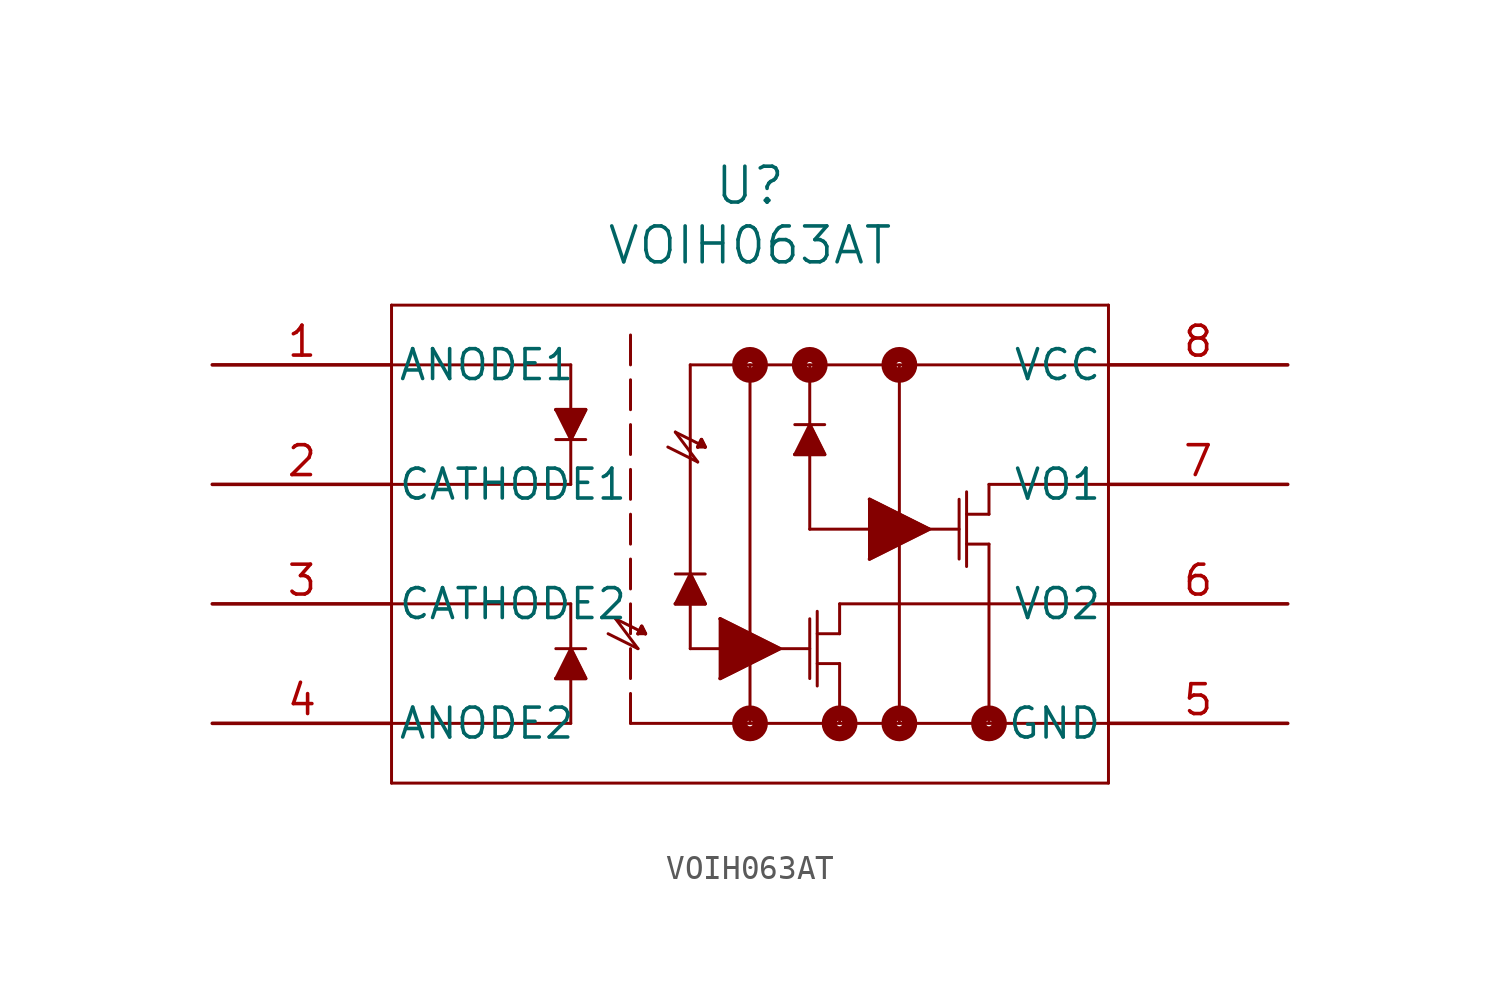
<source format=kicad_sym>
(kicad_symbol_lib
  (version 20211014)
  (generator kicad_symbol_editor)
  (symbol "VOIH063AT"
    (pin_names
      (offset 0.254))
    (property "Reference" "U"
      (at 22.86 7.62 0)
      (effects (font (size 1.524 1.524))))
    (property "Value" "VOIH063AT"
      (at 22.86 5.08 0)
      (effects (font (size 1.524 1.524))))
    (symbol "VOIH063AT_0_1"
      (polyline (pts (xy 7.62 2.54) (xy 7.62 -17.78)) (stroke (width 0.127) (type default) (color 0 0 0 0)) (fill (type none)))
      (polyline (pts (xy 7.62 -17.78) (xy 38.1 -17.78)) (stroke (width 0.127) (type default) (color 0 0 0 0)) (fill (type none)))
      (polyline (pts (xy 38.1 -17.78) (xy 38.1 2.54)) (stroke (width 0.127) (type default) (color 0 0 0 0)) (fill (type none)))
      (polyline (pts (xy 38.1 2.54) (xy 7.62 2.54)) (stroke (width 0.127) (type default) (color 0 0 0 0)) (fill (type none)))
      (polyline (pts (xy 25.4 0) (xy 25.4 -6.985)) (stroke (width 0.127) (type default) (color 0 0 0 0)) (fill (type none)))
      (polyline (pts (xy 25.4 -6.985) (xy 31.75 -6.985)) (stroke (width 0.127) (type default) (color 0 0 0 0)) (fill (type none)))
      (polyline (pts (xy 38.1 0) (xy 20.32 0)) (stroke (width 0.127) (type default) (color 0 0 0 0)) (fill (type none)))
      (polyline (pts (xy 20.32 0) (xy 20.32 -12.065)) (stroke (width 0.127) (type default) (color 0 0 0 0)) (fill (type none)))
      (polyline (pts (xy 22.86 0) (xy 22.86 -15.24)) (stroke (width 0.127) (type default) (color 0 0 0 0)) (fill (type none)))
      (polyline (pts (xy 27.94 -5.715) (xy 27.94 -8.255)) (stroke (width 0.127) (type default) (color 0 0 0 0)) (fill (type none)))
      (polyline (pts (xy 30.48 -6.985) (xy 27.94 -8.255)) (stroke (width 0.127) (type default) (color 0 0 0 0)) (fill (type none)))
      (polyline (pts (xy 30.48 -6.985) (xy 27.94 -5.715)) (stroke (width 0.127) (type default) (color 0 0 0 0)) (fill (type none)))
      (polyline (pts (xy 29.21 0) (xy 29.21 -15.24)) (stroke (width 0.127) (type default) (color 0 0 0 0)) (fill (type none)))
      (polyline (pts (xy 38.1 -10.16) (xy 26.67 -10.16)) (stroke (width 0.127) (type default) (color 0 0 0 0)) (fill (type none)))
      (polyline (pts (xy 26.67 -10.16) (xy 26.67 -11.43)) (stroke (width 0.127) (type default) (color 0 0 0 0)) (fill (type none)))
      (polyline (pts (xy 25.718 -10.477) (xy 25.718 -13.652)) (stroke (width 0.127) (type default) (color 0 0 0 0)) (fill (type none)))
      (polyline (pts (xy 25.718 -11.43) (xy 26.67 -11.43)) (stroke (width 0.127) (type default) (color 0 0 0 0)) (fill (type none)))
      (polyline (pts (xy 25.718 -12.7) (xy 26.67 -12.7)) (stroke (width 0.127) (type default) (color 0 0 0 0)) (fill (type none)))
      (polyline (pts (xy 26.67 -12.7) (xy 26.67 -15.24)) (stroke (width 0.127) (type default) (color 0 0 0 0)) (fill (type none)))
      (polyline (pts (xy 38.1 -15.24) (xy 17.78 -15.24)) (stroke (width 0.127) (type default) (color 0 0 0 0)) (fill (type none)))
      (polyline (pts (xy 21.59 -10.795) (xy 21.59 -13.335)) (stroke (width 0.127) (type default) (color 0 0 0 0)) (fill (type none)))
      (polyline (pts (xy 24.13 -12.065) (xy 21.59 -10.795)) (stroke (width 0.127) (type default) (color 0 0 0 0)) (fill (type none)))
      (polyline (pts (xy 21.59 -13.335) (xy 24.13 -12.065)) (stroke (width 0.127) (type default) (color 0 0 0 0)) (fill (type none)))
      (polyline (pts (xy 20.32 -12.065) (xy 25.4 -12.065)) (stroke (width 0.127) (type default) (color 0 0 0 0)) (fill (type none)))
      (polyline (pts (xy 25.4 -10.795) (xy 25.4 -13.335)) (stroke (width 0.127) (type default) (color 0 0 0 0)) (fill (type none)))
      (polyline (pts (xy 33.02 -5.08) (xy 33.02 -6.35)) (stroke (width 0.127) (type default) (color 0 0 0 0)) (fill (type none)))
      (polyline (pts (xy 20.955 -10.16) (xy 19.685 -10.16)) (stroke (width 0.127) (type default) (color 0 0 0 0)) (fill (type none)))
      (polyline (pts (xy 19.685 -10.16) (xy 20.32 -8.89)) (stroke (width 0.127) (type default) (color 0 0 0 0)) (fill (type none)))
      (polyline (pts (xy 20.32 -8.89) (xy 20.955 -10.16)) (stroke (width 0.127) (type default) (color 0 0 0 0)) (fill (type none)))
      (polyline (pts (xy 19.685 -8.89) (xy 20.955 -8.89)) (stroke (width 0.127) (type default) (color 0 0 0 0)) (fill (type none)))
      (polyline (pts (xy 25.4 -2.54) (xy 24.765 -3.81)) (stroke (width 0.127) (type default) (color 0 0 0 0)) (fill (type none)))
      (polyline (pts (xy 24.765 -3.81) (xy 26.035 -3.81)) (stroke (width 0.127) (type default) (color 0 0 0 0)) (fill (type none)))
      (polyline (pts (xy 26.035 -3.81) (xy 25.4 -2.54)) (stroke (width 0.127) (type default) (color 0 0 0 0)) (fill (type none)))
      (polyline (pts (xy 24.765 -2.54) (xy 26.035 -2.54)) (stroke (width 0.127) (type default) (color 0 0 0 0)) (fill (type none)))
      (polyline (pts (xy 32.068 -5.397) (xy 32.068 -8.572)) (stroke (width 0.127) (type default) (color 0 0 0 0)) (fill (type none)))
      (polyline (pts (xy 32.068 -6.35) (xy 33.02 -6.35)) (stroke (width 0.127) (type default) (color 0 0 0 0)) (fill (type none)))
      (polyline (pts (xy 32.068 -7.62) (xy 33.02 -7.62)) (stroke (width 0.127) (type default) (color 0 0 0 0)) (fill (type none)))
      (polyline (pts (xy 31.75 -5.715) (xy 31.75 -8.255)) (stroke (width 0.127) (type default) (color 0 0 0 0)) (fill (type none)))
      (polyline (pts (xy 33.02 -7.62) (xy 33.02 -15.24)) (stroke (width 0.127) (type default) (color 0 0 0 0)) (fill (type none)))
      (polyline (pts (xy 21.59 -10.795) (xy 24.13 -12.065) (xy 21.59 -13.335)) (stroke (width 0) (type default) (color 0 0 0 0)) (fill (type outline)))
      (polyline (pts (xy 19.685 -10.16) (xy 20.955 -10.16) (xy 20.32 -8.89)) (stroke (width 0) (type default) (color 0 0 0 0)) (fill (type outline)))
      (polyline (pts (xy 24.765 -3.81) (xy 26.035 -3.81) (xy 25.4 -2.54)) (stroke (width 0) (type default) (color 0 0 0 0)) (fill (type outline)))
      (polyline (pts (xy 27.94 -8.255) (xy 30.48 -6.985) (xy 27.94 -5.715)) (stroke (width 0) (type default) (color 0 0 0 0)) (fill (type outline)))
      (polyline (pts (xy 38.1 -5.08) (xy 33.02 -5.08)) (stroke (width 0.127) (type default) (color 0 0 0 0)) (fill (type none)))
      (polyline (pts (xy 15.24 -5.08) (xy 15.24 0)) (stroke (width 0.127) (type default) (color 0 0 0 0)) (fill (type none)))
      (polyline (pts (xy 15.24 0) (xy 7.62 0)) (stroke (width 0.127) (type default) (color 0 0 0 0)) (fill (type none)))
      (polyline (pts (xy 15.24 -5.08) (xy 7.62 -5.08)) (stroke (width 0.127) (type default) (color 0 0 0 0)) (fill (type none)))
      (polyline (pts (xy 15.24 -10.16) (xy 7.62 -10.16)) (stroke (width 0.127) (type default) (color 0 0 0 0)) (fill (type none)))
      (polyline (pts (xy 7.62 -15.24) (xy 15.24 -15.24)) (stroke (width 0.127) (type default) (color 0 0 0 0)) (fill (type none)))
      (polyline (pts (xy 15.24 -15.24) (xy 15.24 -10.16)) (stroke (width 0.127) (type default) (color 0 0 0 0)) (fill (type none)))
      (polyline (pts (xy 15.24 -3.175) (xy 15.875 -1.905)) (stroke (width 0.127) (type default) (color 0 0 0 0)) (fill (type none)))
      (polyline (pts (xy 15.875 -1.905) (xy 14.605 -1.905)) (stroke (width 0.127) (type default) (color 0 0 0 0)) (fill (type none)))
      (polyline (pts (xy 14.605 -1.905) (xy 15.24 -3.175)) (stroke (width 0.127) (type default) (color 0 0 0 0)) (fill (type none)))
      (polyline (pts (xy 15.875 -3.175) (xy 14.605 -3.175)) (stroke (width 0.127) (type default) (color 0 0 0 0)) (fill (type none)))
      (polyline (pts (xy 14.605 -12.065) (xy 15.875 -12.065)) (stroke (width 0.127) (type default) (color 0 0 0 0)) (fill (type none)))
      (polyline (pts (xy 15.24 -12.065) (xy 14.605 -13.335)) (stroke (width 0.127) (type default) (color 0 0 0 0)) (fill (type none)))
      (polyline (pts (xy 14.605 -13.335) (xy 15.875 -13.335)) (stroke (width 0.127) (type default) (color 0 0 0 0)) (fill (type none)))
      (polyline (pts (xy 15.875 -13.335) (xy 15.24 -12.065)) (stroke (width 0.127) (type default) (color 0 0 0 0)) (fill (type none)))
      (polyline (pts (xy 14.605 -13.335) (xy 15.875 -13.335) (xy 15.24 -12.065)) (stroke (width 0) (type default) (color 0 0 0 0)) (fill (type outline)))
      (polyline (pts (xy 14.605 -1.905) (xy 15.875 -1.905) (xy 15.24 -3.175)) (stroke (width 0) (type default) (color 0 0 0 0)) (fill (type outline)))
      (polyline (pts (xy 18.098 -12.065) (xy 16.828 -11.43)) (stroke (width 0.127) (type default) (color 0 0 0 0)) (fill (type none)))
      (polyline (pts (xy 17.145 -10.795) (xy 18.415 -11.43)) (stroke (width 0.127) (type default) (color 0 0 0 0)) (fill (type none)))
      (polyline (pts (xy 18.098 -12.065) (xy 17.145 -10.795)) (stroke (width 0.127) (type default) (color 0 0 0 0)) (fill (type none)))
      (polyline (pts (xy 18.415 -11.43) (xy 18.098 -11.43)) (stroke (width 0.127) (type default) (color 0 0 0 0)) (fill (type none)))
      (polyline (pts (xy 18.415 -11.43) (xy 18.256 -11.113)) (stroke (width 0.127) (type default) (color 0 0 0 0)) (fill (type none)))
      (polyline (pts (xy 18.256 -11.113) (xy 18.098 -11.43)) (stroke (width 0.127) (type default) (color 0 0 0 0)) (fill (type none)))
      (polyline (pts (xy 18.098 -11.43) (xy 18.256 -11.113) (xy 18.415 -11.43)) (stroke (width 0) (type default) (color 0 0 0 0)) (fill (type outline)))
      (polyline (pts (xy 20.637 -4.128) (xy 19.367 -3.493)) (stroke (width 0.127) (type default) (color 0 0 0 0)) (fill (type none)))
      (polyline (pts (xy 19.685 -2.857) (xy 20.955 -3.493)) (stroke (width 0.127) (type default) (color 0 0 0 0)) (fill (type none)))
      (polyline (pts (xy 20.637 -4.128) (xy 19.685 -2.857)) (stroke (width 0.127) (type default) (color 0 0 0 0)) (fill (type none)))
      (polyline (pts (xy 20.955 -3.493) (xy 20.637 -3.493)) (stroke (width 0.127) (type default) (color 0 0 0 0)) (fill (type none)))
      (polyline (pts (xy 20.955 -3.493) (xy 20.796 -3.175)) (stroke (width 0.127) (type default) (color 0 0 0 0)) (fill (type none)))
      (polyline (pts (xy 20.796 -3.175) (xy 20.637 -3.493)) (stroke (width 0.127) (type default) (color 0 0 0 0)) (fill (type none)))
      (polyline (pts (xy 20.637 -3.493) (xy 20.796 -3.175) (xy 20.955 -3.493)) (stroke (width 0) (type default) (color 0 0 0 0)) (fill (type outline)))
      (circle (center 22.86 0) (radius 0.127) (stroke (width 0.635) (type default) (color 0 0 0 0)) (fill (type none)))
      (circle (center 25.4 0) (radius 0.127) (stroke (width 0.635) (type default) (color 0 0 0 0)) (fill (type none)))
      (circle (center 29.21 0) (radius 0.127) (stroke (width 0.635) (type default) (color 0 0 0 0)) (fill (type none)))
      (circle (center 22.86 -15.24) (radius 0.127) (stroke (width 0.635) (type default) (color 0 0 0 0)) (fill (type none)))
      (circle (center 26.67 -15.24) (radius 0.127) (stroke (width 0.635) (type default) (color 0 0 0 0)) (fill (type none)))
      (circle (center 29.21 -15.24) (radius 0.127) (stroke (width 0.635) (type default) (color 0 0 0 0)) (fill (type none)))
      (circle (center 33.02 -15.24) (radius 0.127) (stroke (width 0.635) (type default) (color 0 0 0 0)) (fill (type none)))
      (polyline (pts (xy 17.78 -15.24) (xy 17.78 -13.97)) (stroke (width 0.127) (type default) (color 0 0 0 0)) (fill (type none)))
      (polyline (pts (xy 17.78 -13.335) (xy 17.78 -12.065)) (stroke (width 0.127) (type default) (color 0 0 0 0)) (fill (type none)))
      (polyline (pts (xy 17.78 -11.43) (xy 17.78 -10.16)) (stroke (width 0.127) (type default) (color 0 0 0 0)) (fill (type none)))
      (polyline (pts (xy 17.78 -9.525) (xy 17.78 -8.255)) (stroke (width 0.127) (type default) (color 0 0 0 0)) (fill (type none)))
      (polyline (pts (xy 17.78 -7.62) (xy 17.78 -6.35)) (stroke (width 0.127) (type default) (color 0 0 0 0)) (fill (type none)))
      (polyline (pts (xy 17.78 -5.715) (xy 17.78 -4.445)) (stroke (width 0.127) (type default) (color 0 0 0 0)) (fill (type none)))
      (polyline (pts (xy 17.78 -3.81) (xy 17.78 -2.54)) (stroke (width 0.127) (type default) (color 0 0 0 0)) (fill (type none)))
      (polyline (pts (xy 17.78 -1.905) (xy 17.78 -0.635)) (stroke (width 0.127) (type default) (color 0 0 0 0)) (fill (type none)))
      (polyline (pts (xy 17.78 0) (xy 17.78 1.27)) (stroke (width 0.127) (type default) (color 0 0 0 0)) (fill (type none)))
      (pin unspecified line (at 0 0 0) (length 7.62) (name "ANODE1" (effects (font (size 1.27 1.27)))) (number "1" (effects (font (size 1.27 1.27)))))
      (pin unspecified line (at 0 -5.08 0) (length 7.62) (name "CATHODE1" (effects (font (size 1.27 1.27)))) (number "2" (effects (font (size 1.27 1.27)))))
      (pin unspecified line (at 0 -10.16 0) (length 7.62) (name "CATHODE2" (effects (font (size 1.27 1.27)))) (number "3" (effects (font (size 1.27 1.27)))))
      (pin unspecified line (at 0 -15.24 0) (length 7.62) (name "ANODE2" (effects (font (size 1.27 1.27)))) (number "4" (effects (font (size 1.27 1.27)))))
      (pin power_out line (at 45.72 -15.24 180) (length 7.62) (name "GND" (effects (font (size 1.27 1.27)))) (number "5" (effects (font (size 1.27 1.27)))))
      (pin power_in line (at 45.72 -10.16 180) (length 7.62) (name "VO2" (effects (font (size 1.27 1.27)))) (number "6" (effects (font (size 1.27 1.27)))))
      (pin power_in line (at 45.72 -5.08 180) (length 7.62) (name "VO1" (effects (font (size 1.27 1.27)))) (number "7" (effects (font (size 1.27 1.27)))))
      (pin power_in line (at 45.72 0 180) (length 7.62) (name "VCC" (effects (font (size 1.27 1.27)))) (number "8" (effects (font (size 1.27 1.27))))))))
</source>
